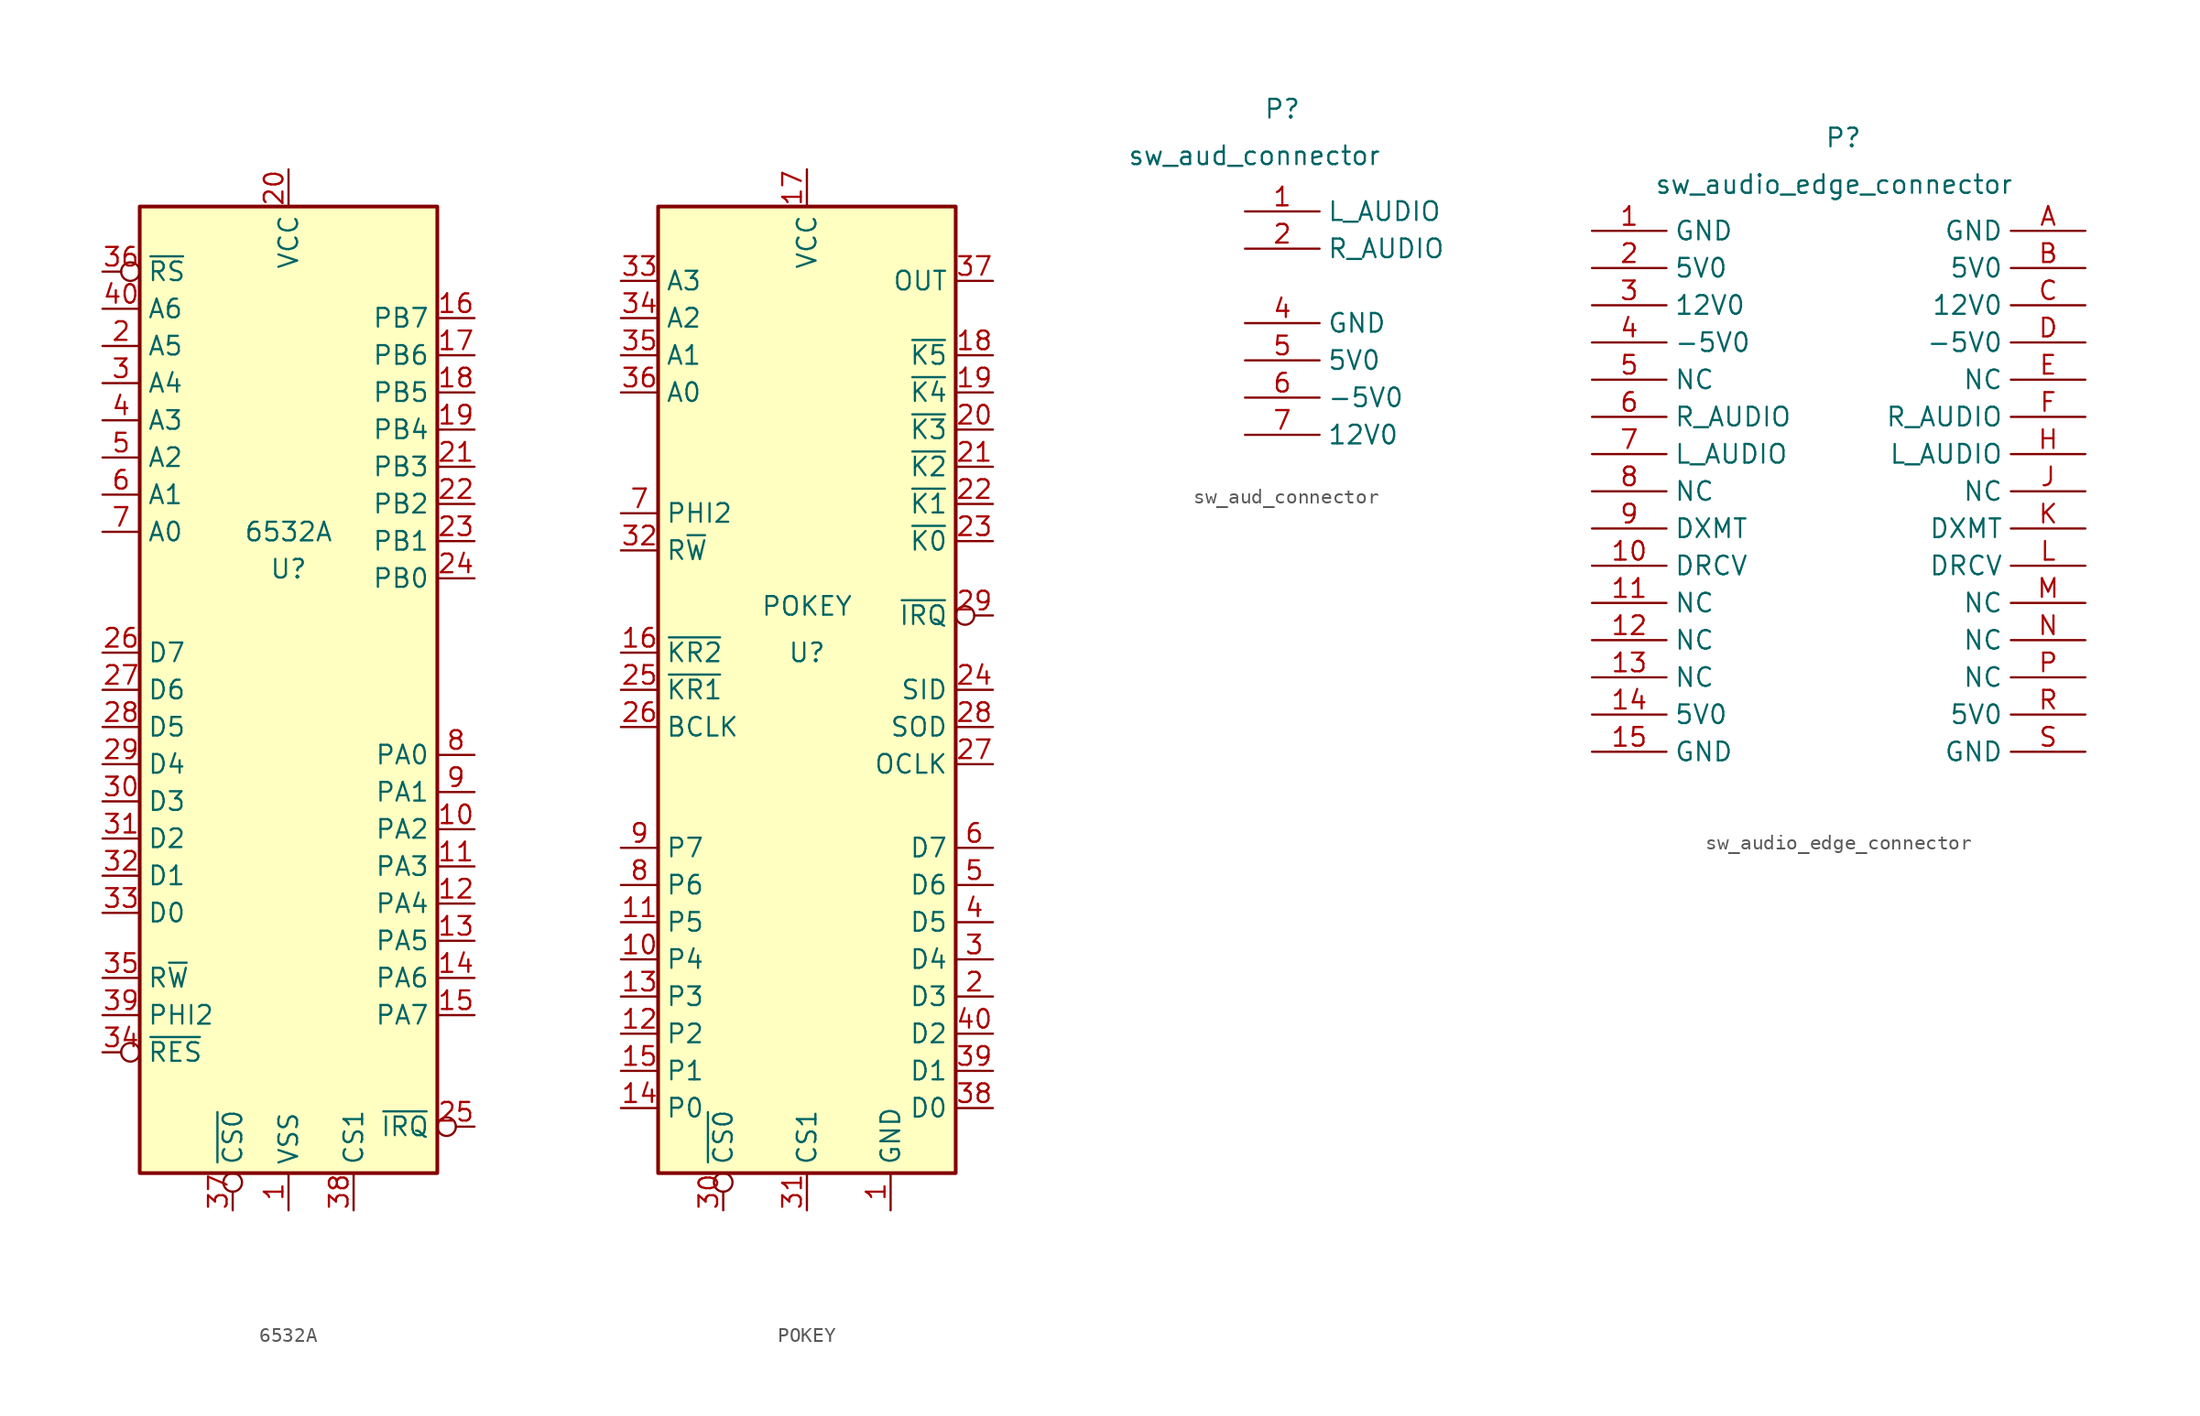
<source format=kicad_sym>
(kicad_symbol_lib
  (version 20211014)
  (generator kicad_symbol_editor)
  (symbol "6532A"
    (property "Reference" "U"
      (at 0 9.525 0)
      (effects (font (size 1.27 1.27))))
    (property "Value" "6532A"
      (at 0 12.065 0)
      (effects (font (size 1.27 1.27))))
    (symbol "6532A_0_1"
      (rectangle (start -10.16 -31.75) (end 10.16 34.29) (stroke (width 0.254) (type default) (color 0 0 0 0)) (fill (type background))))
    (symbol "6532A_1_1"
      (pin power_in line (at 0 -34.29 90) (length 2.54) (name "VSS" (effects (font (size 1.27 1.27)))) (number "1" (effects (font (size 1.27 1.27)))))
      (pin bidirectional line (at 12.7 -8.255 180) (length 2.54) (name "PA2" (effects (font (size 1.27 1.27)))) (number "10" (effects (font (size 1.27 1.27)))))
      (pin bidirectional line (at 12.7 -10.795 180) (length 2.54) (name "PA3" (effects (font (size 1.27 1.27)))) (number "11" (effects (font (size 1.27 1.27)))))
      (pin bidirectional line (at 12.7 -13.335 180) (length 2.54) (name "PA4" (effects (font (size 1.27 1.27)))) (number "12" (effects (font (size 1.27 1.27)))))
      (pin bidirectional line (at 12.7 -15.875 180) (length 2.54) (name "PA5" (effects (font (size 1.27 1.27)))) (number "13" (effects (font (size 1.27 1.27)))))
      (pin bidirectional line (at 12.7 -18.415 180) (length 2.54) (name "PA6" (effects (font (size 1.27 1.27)))) (number "14" (effects (font (size 1.27 1.27)))))
      (pin bidirectional line (at 12.7 -20.955 180) (length 2.54) (name "PA7" (effects (font (size 1.27 1.27)))) (number "15" (effects (font (size 1.27 1.27)))))
      (pin bidirectional line (at 12.7 26.67 180) (length 2.54) (name "PB7" (effects (font (size 1.27 1.27)))) (number "16" (effects (font (size 1.27 1.27)))))
      (pin bidirectional line (at 12.7 24.13 180) (length 2.54) (name "PB6" (effects (font (size 1.27 1.27)))) (number "17" (effects (font (size 1.27 1.27)))))
      (pin bidirectional line (at 12.7 21.59 180) (length 2.54) (name "PB5" (effects (font (size 1.27 1.27)))) (number "18" (effects (font (size 1.27 1.27)))))
      (pin bidirectional line (at 12.7 19.05 180) (length 2.54) (name "PB4" (effects (font (size 1.27 1.27)))) (number "19" (effects (font (size 1.27 1.27)))))
      (pin bidirectional line (at -12.7 24.765 0) (length 2.54) (name "A5" (effects (font (size 1.27 1.27)))) (number "2" (effects (font (size 1.27 1.27)))))
      (pin power_in line (at 0 36.83 270) (length 2.54) (name "VCC" (effects (font (size 1.27 1.27)))) (number "20" (effects (font (size 1.27 1.27)))))
      (pin bidirectional line (at 12.7 16.51 180) (length 2.54) (name "PB3" (effects (font (size 1.27 1.27)))) (number "21" (effects (font (size 1.27 1.27)))))
      (pin bidirectional line (at 12.7 13.97 180) (length 2.54) (name "PB2" (effects (font (size 1.27 1.27)))) (number "22" (effects (font (size 1.27 1.27)))))
      (pin bidirectional line (at 12.7 11.43 180) (length 2.54) (name "PB1" (effects (font (size 1.27 1.27)))) (number "23" (effects (font (size 1.27 1.27)))))
      (pin bidirectional line (at 12.7 8.89 180) (length 2.54) (name "PB0" (effects (font (size 1.27 1.27)))) (number "24" (effects (font (size 1.27 1.27)))))
      (pin output inverted (at 12.7 -28.575 180) (length 2.54) (name "~{IRQ}" (effects (font (size 1.27 1.27)))) (number "25" (effects (font (size 1.27 1.27)))))
      (pin bidirectional line (at -12.7 3.81 0) (length 2.54) (name "D7" (effects (font (size 1.27 1.27)))) (number "26" (effects (font (size 1.27 1.27)))))
      (pin bidirectional line (at -12.7 1.27 0) (length 2.54) (name "D6" (effects (font (size 1.27 1.27)))) (number "27" (effects (font (size 1.27 1.27)))))
      (pin bidirectional line (at -12.7 -1.27 0) (length 2.54) (name "D5" (effects (font (size 1.27 1.27)))) (number "28" (effects (font (size 1.27 1.27)))))
      (pin bidirectional line (at -12.7 -3.81 0) (length 2.54) (name "D4" (effects (font (size 1.27 1.27)))) (number "29" (effects (font (size 1.27 1.27)))))
      (pin bidirectional line (at -12.7 22.225 0) (length 2.54) (name "A4" (effects (font (size 1.27 1.27)))) (number "3" (effects (font (size 1.27 1.27)))))
      (pin bidirectional line (at -12.7 -6.35 0) (length 2.54) (name "D3" (effects (font (size 1.27 1.27)))) (number "30" (effects (font (size 1.27 1.27)))))
      (pin bidirectional line (at -12.7 -8.89 0) (length 2.54) (name "D2" (effects (font (size 1.27 1.27)))) (number "31" (effects (font (size 1.27 1.27)))))
      (pin bidirectional line (at -12.7 -11.43 0) (length 2.54) (name "D1" (effects (font (size 1.27 1.27)))) (number "32" (effects (font (size 1.27 1.27)))))
      (pin bidirectional line (at -12.7 -13.97 0) (length 2.54) (name "D0" (effects (font (size 1.27 1.27)))) (number "33" (effects (font (size 1.27 1.27)))))
      (pin input inverted (at -12.7 -23.495 0) (length 2.54) (name "~{RES}" (effects (font (size 1.27 1.27)))) (number "34" (effects (font (size 1.27 1.27)))))
      (pin input line (at -12.7 -18.415 0) (length 2.54) (name "R~{W}" (effects (font (size 1.27 1.27)))) (number "35" (effects (font (size 1.27 1.27)))))
      (pin bidirectional inverted (at -12.7 29.845 0) (length 2.54) (name "~{RS}" (effects (font (size 1.27 1.27)))) (number "36" (effects (font (size 1.27 1.27)))))
      (pin input inverted (at -3.81 -34.29 90) (length 2.54) (name "~{CS0}" (effects (font (size 1.27 1.27)))) (number "37" (effects (font (size 1.27 1.27)))))
      (pin input line (at 4.445 -34.29 90) (length 2.54) (name "CS1" (effects (font (size 1.27 1.27)))) (number "38" (effects (font (size 1.27 1.27)))))
      (pin input line (at -12.7 -20.955 0) (length 2.54) (name "PHI2" (effects (font (size 1.27 1.27)))) (number "39" (effects (font (size 1.27 1.27)))))
      (pin bidirectional line (at -12.7 19.685 0) (length 2.54) (name "A3" (effects (font (size 1.27 1.27)))) (number "4" (effects (font (size 1.27 1.27)))))
      (pin bidirectional line (at -12.7 27.305 0) (length 2.54) (name "A6" (effects (font (size 1.27 1.27)))) (number "40" (effects (font (size 1.27 1.27)))))
      (pin bidirectional line (at -12.7 17.145 0) (length 2.54) (name "A2" (effects (font (size 1.27 1.27)))) (number "5" (effects (font (size 1.27 1.27)))))
      (pin bidirectional line (at -12.7 14.605 0) (length 2.54) (name "A1" (effects (font (size 1.27 1.27)))) (number "6" (effects (font (size 1.27 1.27)))))
      (pin bidirectional line (at -12.7 12.065 0) (length 2.54) (name "A0" (effects (font (size 1.27 1.27)))) (number "7" (effects (font (size 1.27 1.27)))))
      (pin bidirectional line (at 12.7 -3.175 180) (length 2.54) (name "PA0" (effects (font (size 1.27 1.27)))) (number "8" (effects (font (size 1.27 1.27)))))
      (pin bidirectional line (at 12.7 -5.715 180) (length 2.54) (name "PA1" (effects (font (size 1.27 1.27)))) (number "9" (effects (font (size 1.27 1.27)))))))
  (symbol "POKEY"
    (property "Reference" "U"
      (at 0 3.81 0)
      (effects (font (size 1.27 1.27))))
    (property "Value" "POKEY"
      (at 0 6.985 0)
      (effects (font (size 1.27 1.27))))
    (symbol "POKEY_0_1"
      (rectangle (start -10.16 -31.75) (end 10.16 34.29) (stroke (width 0.254) (type default) (color 0 0 0 0)) (fill (type background))))
    (symbol "POKEY_1_1"
      (pin power_in line (at 5.715 -34.29 90) (length 2.54) (name "GND" (effects (font (size 1.27 1.27)))) (number "1" (effects (font (size 1.27 1.27)))))
      (pin input line (at -12.7 -17.145 0) (length 2.54) (name "P4" (effects (font (size 1.27 1.27)))) (number "10" (effects (font (size 1.27 1.27)))))
      (pin input line (at -12.7 -14.605 0) (length 2.54) (name "P5" (effects (font (size 1.27 1.27)))) (number "11" (effects (font (size 1.27 1.27)))))
      (pin input line (at -12.7 -22.225 0) (length 2.54) (name "P2" (effects (font (size 1.27 1.27)))) (number "12" (effects (font (size 1.27 1.27)))))
      (pin input line (at -12.7 -19.685 0) (length 2.54) (name "P3" (effects (font (size 1.27 1.27)))) (number "13" (effects (font (size 1.27 1.27)))))
      (pin input line (at -12.7 -27.305 0) (length 2.54) (name "P0" (effects (font (size 1.27 1.27)))) (number "14" (effects (font (size 1.27 1.27)))))
      (pin input line (at -12.7 -24.765 0) (length 2.54) (name "P1" (effects (font (size 1.27 1.27)))) (number "15" (effects (font (size 1.27 1.27)))))
      (pin input line (at -12.7 3.81 0) (length 2.54) (name "~{KR2}" (effects (font (size 1.27 1.27)))) (number "16" (effects (font (size 1.27 1.27)))))
      (pin power_in line (at 0 36.83 270) (length 2.54) (name "VCC" (effects (font (size 1.27 1.27)))) (number "17" (effects (font (size 1.27 1.27)))))
      (pin output line (at 12.7 24.13 180) (length 2.54) (name "~{K5}" (effects (font (size 1.27 1.27)))) (number "18" (effects (font (size 1.27 1.27)))))
      (pin output line (at 12.7 21.59 180) (length 2.54) (name "~{K4}" (effects (font (size 1.27 1.27)))) (number "19" (effects (font (size 1.27 1.27)))))
      (pin bidirectional line (at 12.7 -19.685 180) (length 2.54) (name "D3" (effects (font (size 1.27 1.27)))) (number "2" (effects (font (size 1.27 1.27)))))
      (pin output line (at 12.7 19.05 180) (length 2.54) (name "~{K3}" (effects (font (size 1.27 1.27)))) (number "20" (effects (font (size 1.27 1.27)))))
      (pin output line (at 12.7 16.51 180) (length 2.54) (name "~{K2}" (effects (font (size 1.27 1.27)))) (number "21" (effects (font (size 1.27 1.27)))))
      (pin output line (at 12.7 13.97 180) (length 2.54) (name "~{K1}" (effects (font (size 1.27 1.27)))) (number "22" (effects (font (size 1.27 1.27)))))
      (pin output line (at 12.7 11.43 180) (length 2.54) (name "~{K0}" (effects (font (size 1.27 1.27)))) (number "23" (effects (font (size 1.27 1.27)))))
      (pin input line (at 12.7 1.27 180) (length 2.54) (name "SID" (effects (font (size 1.27 1.27)))) (number "24" (effects (font (size 1.27 1.27)))))
      (pin input line (at -12.7 1.27 0) (length 2.54) (name "~{KR1}" (effects (font (size 1.27 1.27)))) (number "25" (effects (font (size 1.27 1.27)))))
      (pin bidirectional line (at -12.7 -1.27 0) (length 2.54) (name "BCLK" (effects (font (size 1.27 1.27)))) (number "26" (effects (font (size 1.27 1.27)))))
      (pin output line (at 12.7 -3.81 180) (length 2.54) (name "OCLK" (effects (font (size 1.27 1.27)))) (number "27" (effects (font (size 1.27 1.27)))))
      (pin output line (at 12.7 -1.27 180) (length 2.54) (name "SOD" (effects (font (size 1.27 1.27)))) (number "28" (effects (font (size 1.27 1.27)))))
      (pin output inverted (at 12.7 6.35 180) (length 2.54) (name "~{IRQ}" (effects (font (size 1.27 1.27)))) (number "29" (effects (font (size 1.27 1.27)))))
      (pin bidirectional line (at 12.7 -17.145 180) (length 2.54) (name "D4" (effects (font (size 1.27 1.27)))) (number "3" (effects (font (size 1.27 1.27)))))
      (pin input inverted (at -5.715 -34.29 90) (length 2.54) (name "~{CS0}" (effects (font (size 1.27 1.27)))) (number "30" (effects (font (size 1.27 1.27)))))
      (pin input line (at 0 -34.29 90) (length 2.54) (name "CS1" (effects (font (size 1.27 1.27)))) (number "31" (effects (font (size 1.27 1.27)))))
      (pin input line (at -12.7 10.795 0) (length 2.54) (name "R~{W}" (effects (font (size 1.27 1.27)))) (number "32" (effects (font (size 1.27 1.27)))))
      (pin input line (at -12.7 29.21 0) (length 2.54) (name "A3" (effects (font (size 1.27 1.27)))) (number "33" (effects (font (size 1.27 1.27)))))
      (pin input line (at -12.7 26.67 0) (length 2.54) (name "A2" (effects (font (size 1.27 1.27)))) (number "34" (effects (font (size 1.27 1.27)))))
      (pin input line (at -12.7 24.13 0) (length 2.54) (name "A1" (effects (font (size 1.27 1.27)))) (number "35" (effects (font (size 1.27 1.27)))))
      (pin input line (at -12.7 21.59 0) (length 2.54) (name "A0" (effects (font (size 1.27 1.27)))) (number "36" (effects (font (size 1.27 1.27)))))
      (pin output line (at 12.7 29.21 180) (length 2.54) (name "OUT" (effects (font (size 1.27 1.27)))) (number "37" (effects (font (size 1.27 1.27)))))
      (pin bidirectional line (at 12.7 -27.305 180) (length 2.54) (name "D0" (effects (font (size 1.27 1.27)))) (number "38" (effects (font (size 1.27 1.27)))))
      (pin bidirectional line (at 12.7 -24.765 180) (length 2.54) (name "D1" (effects (font (size 1.27 1.27)))) (number "39" (effects (font (size 1.27 1.27)))))
      (pin bidirectional line (at 12.7 -14.605 180) (length 2.54) (name "D5" (effects (font (size 1.27 1.27)))) (number "4" (effects (font (size 1.27 1.27)))))
      (pin bidirectional line (at 12.7 -22.225 180) (length 2.54) (name "D2" (effects (font (size 1.27 1.27)))) (number "40" (effects (font (size 1.27 1.27)))))
      (pin bidirectional line (at 12.7 -12.065 180) (length 2.54) (name "D6" (effects (font (size 1.27 1.27)))) (number "5" (effects (font (size 1.27 1.27)))))
      (pin bidirectional line (at 12.7 -9.525 180) (length 2.54) (name "D7" (effects (font (size 1.27 1.27)))) (number "6" (effects (font (size 1.27 1.27)))))
      (pin input line (at -12.7 13.335 0) (length 2.54) (name "PHI2" (effects (font (size 1.27 1.27)))) (number "7" (effects (font (size 1.27 1.27)))))
      (pin input line (at -12.7 -12.065 0) (length 2.54) (name "P6" (effects (font (size 1.27 1.27)))) (number "8" (effects (font (size 1.27 1.27)))))
      (pin input line (at -12.7 -9.525 0) (length 2.54) (name "P7" (effects (font (size 1.27 1.27)))) (number "9" (effects (font (size 1.27 1.27)))))))
  (symbol "sw_aud_connector"
    (property "Reference" "P"
      (at 0 14.605 0)
      (effects (font (size 1.27 1.27))))
    (property "Value" "sw_aud_connector"
      (at -1.905 11.43 0)
      (effects (font (size 1.27 1.27))))
    (symbol "sw_aud_connector_1_1"
      (pin bidirectional line (at -2.54 7.62 0) (length 5.08) (name "L_AUDIO" (effects (font (size 1.27 1.27)))) (number "1" (effects (font (size 1.27 1.27)))))
      (pin bidirectional line (at -2.54 5.08 0) (length 5.08) (name "R_AUDIO" (effects (font (size 1.27 1.27)))) (number "2" (effects (font (size 1.27 1.27)))))
      (pin power_in line (at -2.54 0 0) (length 5.08) (name "GND" (effects (font (size 1.27 1.27)))) (number "4" (effects (font (size 1.27 1.27)))))
      (pin power_in line (at -2.54 -2.54 0) (length 5.08) (name "5V0" (effects (font (size 1.27 1.27)))) (number "5" (effects (font (size 1.27 1.27)))))
      (pin power_in line (at -2.54 -5.08 0) (length 5.08) (name "-5V0" (effects (font (size 1.27 1.27)))) (number "6" (effects (font (size 1.27 1.27)))))
      (pin power_in line (at -2.54 -7.62 0) (length 5.08) (name "12V0" (effects (font (size 1.27 1.27)))) (number "7" (effects (font (size 1.27 1.27)))))))
  (symbol "sw_audio_edge_connector"
    (property "Reference" "P"
      (at 0 22.86 0)
      (effects (font (size 1.27 1.27))))
    (property "Value" "sw_audio_edge_connector"
      (at -0.635 19.685 0)
      (effects (font (size 1.27 1.27))))
    (symbol "sw_audio_edge_connector_1_1"
      (pin power_in line (at -17.145 16.51 0) (length 5.08) (name "GND" (effects (font (size 1.27 1.27)))) (number "1" (effects (font (size 1.27 1.27)))))
      (pin bidirectional line (at -17.145 -6.35 0) (length 5.08) (name "DRCV" (effects (font (size 1.27 1.27)))) (number "10" (effects (font (size 1.27 1.27)))))
      (pin bidirectional line (at -17.145 -8.89 0) (length 5.08) (name "NC" (effects (font (size 1.27 1.27)))) (number "11" (effects (font (size 1.27 1.27)))))
      (pin bidirectional line (at -17.145 -11.43 0) (length 5.08) (name "NC" (effects (font (size 1.27 1.27)))) (number "12" (effects (font (size 1.27 1.27)))))
      (pin bidirectional line (at -17.145 -13.97 0) (length 5.08) (name "NC" (effects (font (size 1.27 1.27)))) (number "13" (effects (font (size 1.27 1.27)))))
      (pin power_in line (at -17.145 -16.51 0) (length 5.08) (name "5V0" (effects (font (size 1.27 1.27)))) (number "14" (effects (font (size 1.27 1.27)))))
      (pin power_in line (at -17.145 -19.05 0) (length 5.08) (name "GND" (effects (font (size 1.27 1.27)))) (number "15" (effects (font (size 1.27 1.27)))))
      (pin power_in line (at -17.145 13.97 0) (length 5.08) (name "5V0" (effects (font (size 1.27 1.27)))) (number "2" (effects (font (size 1.27 1.27)))))
      (pin power_in line (at -17.145 11.43 0) (length 5.08) (name "12V0" (effects (font (size 1.27 1.27)))) (number "3" (effects (font (size 1.27 1.27)))))
      (pin power_in line (at -17.145 8.89 0) (length 5.08) (name "-5V0" (effects (font (size 1.27 1.27)))) (number "4" (effects (font (size 1.27 1.27)))))
      (pin bidirectional line (at -17.145 6.35 0) (length 5.08) (name "NC" (effects (font (size 1.27 1.27)))) (number "5" (effects (font (size 1.27 1.27)))))
      (pin bidirectional line (at -17.145 3.81 0) (length 5.08) (name "R_AUDIO" (effects (font (size 1.27 1.27)))) (number "6" (effects (font (size 1.27 1.27)))))
      (pin bidirectional line (at -17.145 1.27 0) (length 5.08) (name "L_AUDIO" (effects (font (size 1.27 1.27)))) (number "7" (effects (font (size 1.27 1.27)))))
      (pin bidirectional line (at -17.145 -1.27 0) (length 5.08) (name "NC" (effects (font (size 1.27 1.27)))) (number "8" (effects (font (size 1.27 1.27)))))
      (pin bidirectional line (at -17.145 -3.81 0) (length 5.08) (name "DXMT" (effects (font (size 1.27 1.27)))) (number "9" (effects (font (size 1.27 1.27)))))
      (pin power_in line (at 16.51 16.51 180) (length 5.08) (name "GND" (effects (font (size 1.27 1.27)))) (number "A" (effects (font (size 1.27 1.27)))))
      (pin power_in line (at 16.51 13.97 180) (length 5.08) (name "5V0" (effects (font (size 1.27 1.27)))) (number "B" (effects (font (size 1.27 1.27)))))
      (pin power_in line (at 16.51 11.43 180) (length 5.08) (name "12V0" (effects (font (size 1.27 1.27)))) (number "C" (effects (font (size 1.27 1.27)))))
      (pin power_in line (at 16.51 8.89 180) (length 5.08) (name "-5V0" (effects (font (size 1.27 1.27)))) (number "D" (effects (font (size 1.27 1.27)))))
      (pin bidirectional line (at 16.51 6.35 180) (length 5.08) (name "NC" (effects (font (size 1.27 1.27)))) (number "E" (effects (font (size 1.27 1.27)))))
      (pin bidirectional line (at 16.51 3.81 180) (length 5.08) (name "R_AUDIO" (effects (font (size 1.27 1.27)))) (number "F" (effects (font (size 1.27 1.27)))))
      (pin bidirectional line (at 16.51 1.27 180) (length 5.08) (name "L_AUDIO" (effects (font (size 1.27 1.27)))) (number "H" (effects (font (size 1.27 1.27)))))
      (pin bidirectional line (at 16.51 -1.27 180) (length 5.08) (name "NC" (effects (font (size 1.27 1.27)))) (number "J" (effects (font (size 1.27 1.27)))))
      (pin bidirectional line (at 16.51 -3.81 180) (length 5.08) (name "DXMT" (effects (font (size 1.27 1.27)))) (number "K" (effects (font (size 1.27 1.27)))))
      (pin bidirectional line (at 16.51 -6.35 180) (length 5.08) (name "DRCV" (effects (font (size 1.27 1.27)))) (number "L" (effects (font (size 1.27 1.27)))))
      (pin bidirectional line (at 16.51 -8.89 180) (length 5.08) (name "NC" (effects (font (size 1.27 1.27)))) (number "M" (effects (font (size 1.27 1.27)))))
      (pin bidirectional line (at 16.51 -11.43 180) (length 5.08) (name "NC" (effects (font (size 1.27 1.27)))) (number "N" (effects (font (size 1.27 1.27)))))
      (pin bidirectional line (at 16.51 -13.97 180) (length 5.08) (name "NC" (effects (font (size 1.27 1.27)))) (number "P" (effects (font (size 1.27 1.27)))))
      (pin power_in line (at 16.51 -16.51 180) (length 5.08) (name "5V0" (effects (font (size 1.27 1.27)))) (number "R" (effects (font (size 1.27 1.27)))))
      (pin power_in line (at 16.51 -19.05 180) (length 5.08) (name "GND" (effects (font (size 1.27 1.27)))) (number "S" (effects (font (size 1.27 1.27))))))))
</source>
